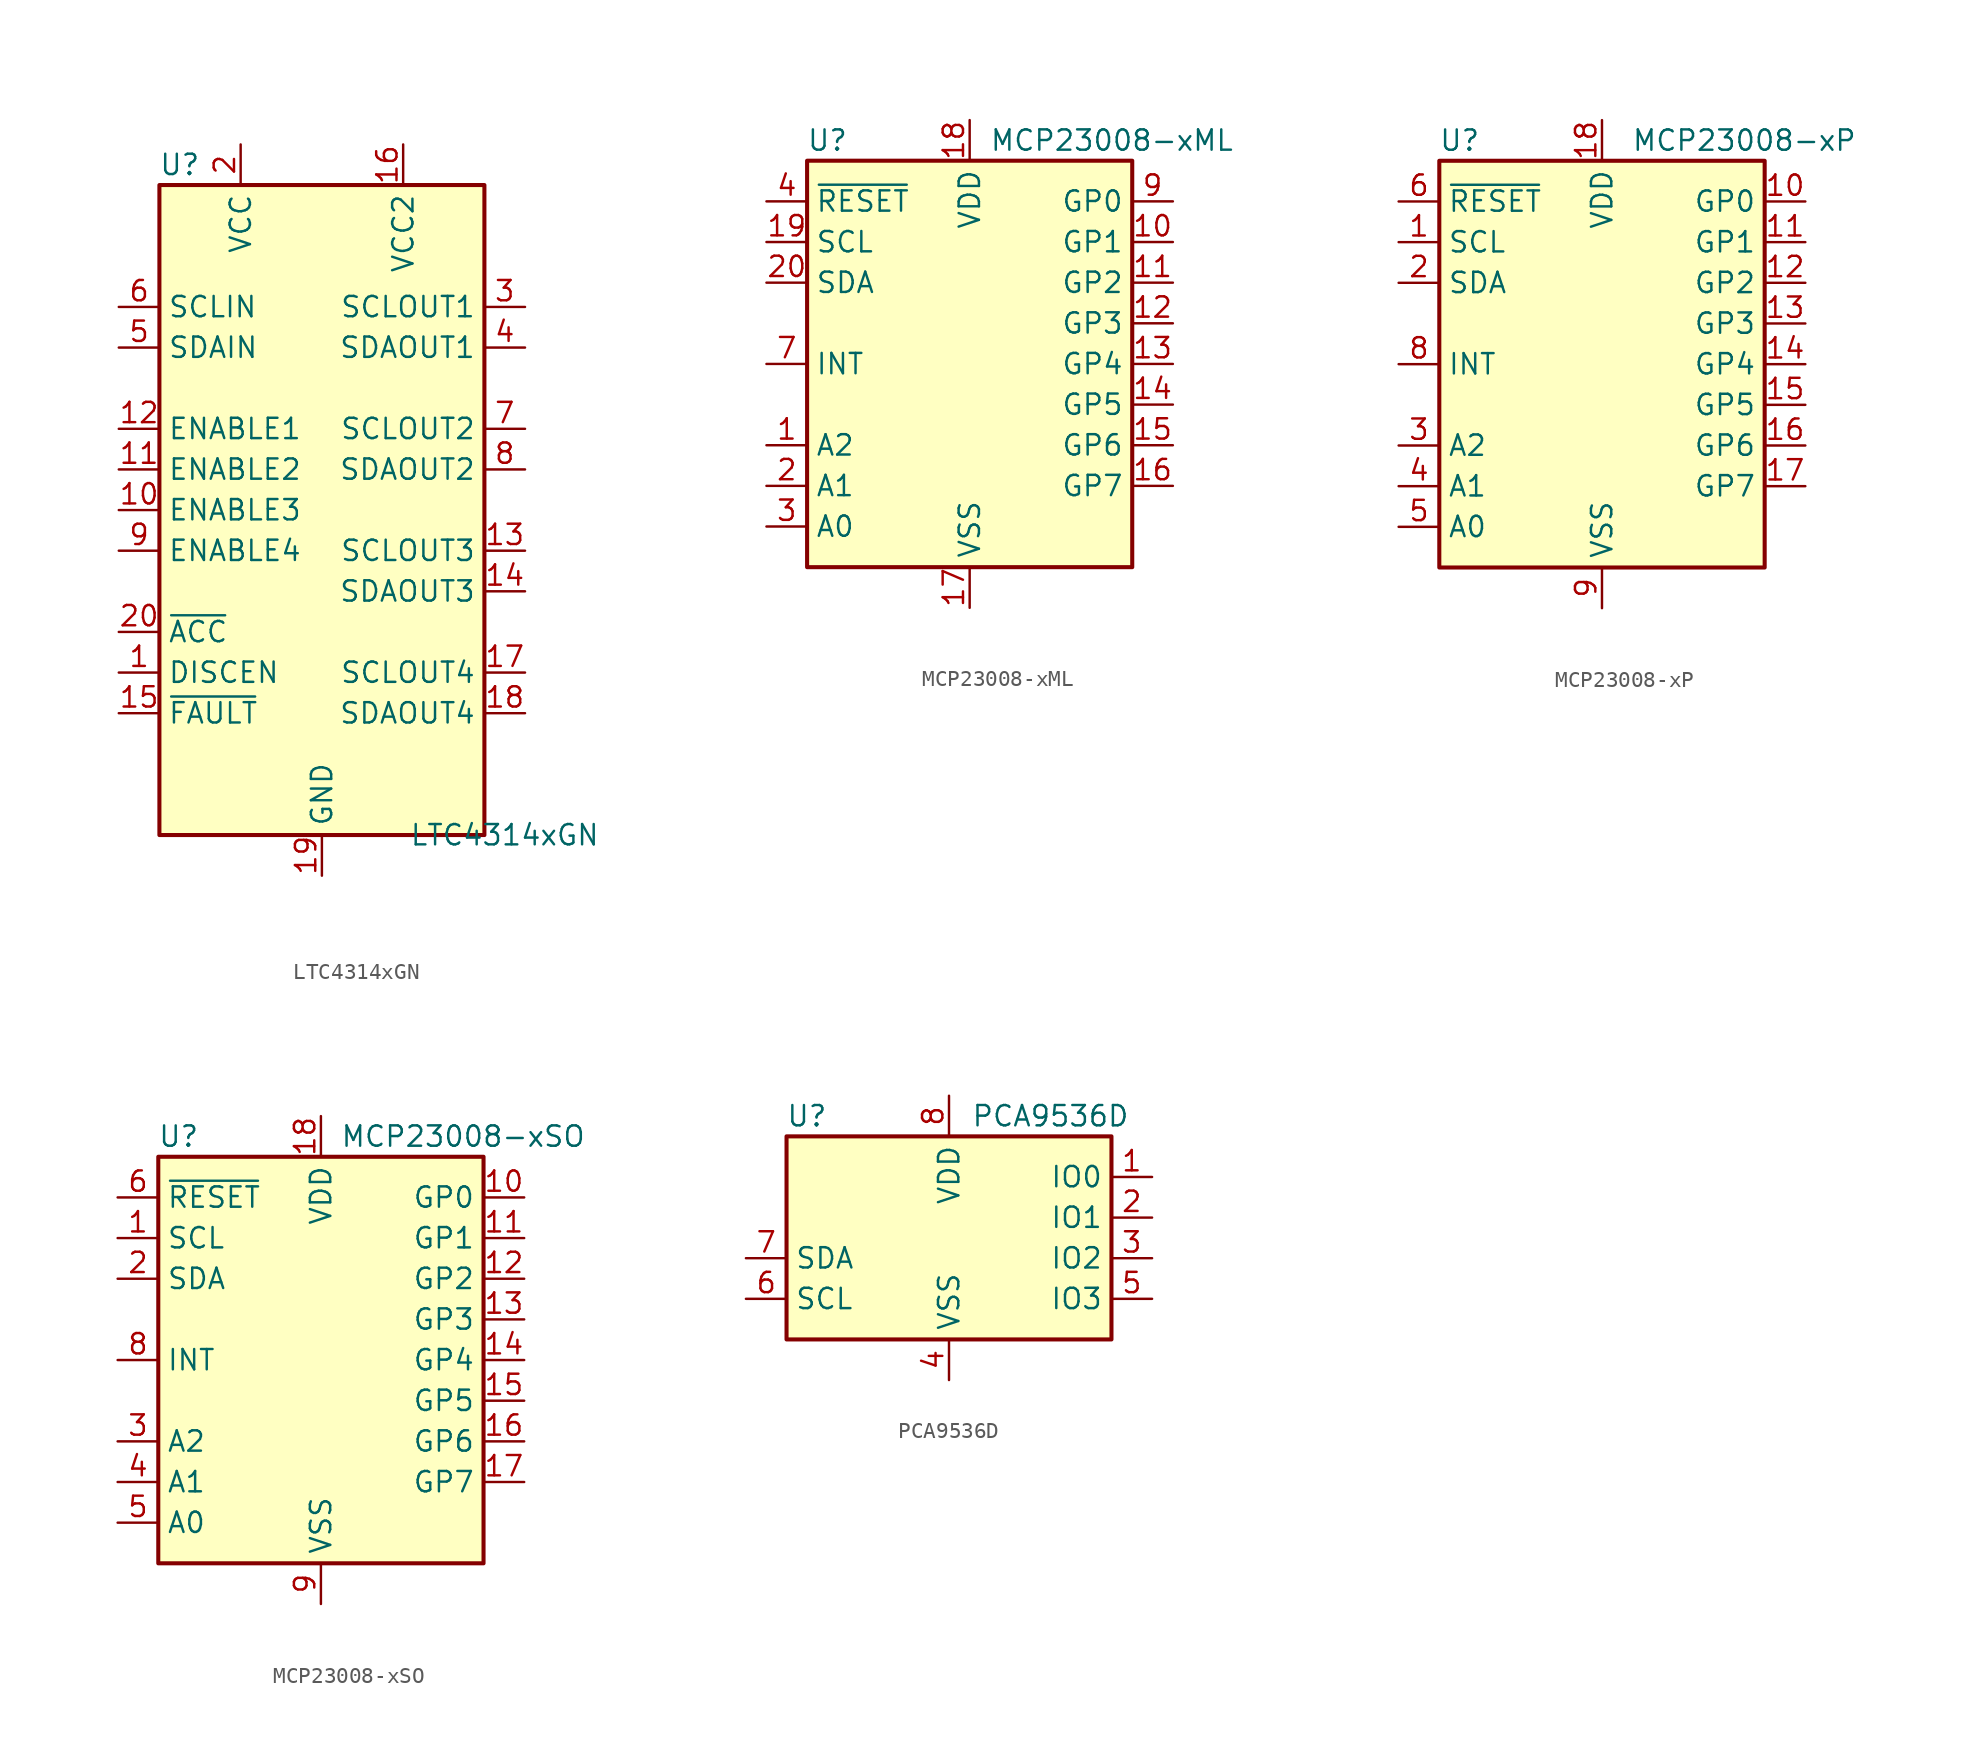
<source format=kicad_sym>
(kicad_symbol_lib
  (version 20201005)
  (generator kicad_symbol_editor)
  (symbol "LTC4314xGN"
    (property "Reference" "U"
      (at -8.89 21.59 0)
      (effects (font (size 1.27 1.27))))
    (property "Value" "LTC4314xGN"
      (at 11.43 -20.32 0)
      (effects (font (size 1.27 1.27))))
    (symbol "LTC4314xGN_0_0"
      (pin bidirectional line (at 12.7 12.7 180) (length 2.54) (name "SCLOUT1" (effects (font (size 1.27 1.27)))) (number "3" (effects (font (size 1.27 1.27))))))
    (symbol "LTC4314xGN_0_1"
      (rectangle (start -10.16 20.32) (end 10.16 -20.32) (stroke (width 0.254)) (fill (type background))))
    (symbol "LTC4314xGN_1_1"
      (pin input line (at -12.7 -10.16 0) (length 2.54) (name "DISCEN" (effects (font (size 1.27 1.27)))) (number "1" (effects (font (size 1.27 1.27)))))
      (pin input line (at -12.7 0 0) (length 2.54) (name "ENABLE3" (effects (font (size 1.27 1.27)))) (number "10" (effects (font (size 1.27 1.27)))))
      (pin input line (at -12.7 2.54 0) (length 2.54) (name "ENABLE2" (effects (font (size 1.27 1.27)))) (number "11" (effects (font (size 1.27 1.27)))))
      (pin input line (at -12.7 5.08 0) (length 2.54) (name "ENABLE1" (effects (font (size 1.27 1.27)))) (number "12" (effects (font (size 1.27 1.27)))))
      (pin bidirectional line (at 12.7 -2.54 180) (length 2.54) (name "SCLOUT3" (effects (font (size 1.27 1.27)))) (number "13" (effects (font (size 1.27 1.27)))))
      (pin bidirectional line (at 12.7 -5.08 180) (length 2.54) (name "SDAOUT3" (effects (font (size 1.27 1.27)))) (number "14" (effects (font (size 1.27 1.27)))))
      (pin open_collector line (at -12.7 -12.7 0) (length 2.54) (name "~FAULT" (effects (font (size 1.27 1.27)))) (number "15" (effects (font (size 1.27 1.27)))))
      (pin power_in line (at 5.08 22.86 270) (length 2.54) (name "VCC2" (effects (font (size 1.27 1.27)))) (number "16" (effects (font (size 1.27 1.27)))))
      (pin bidirectional line (at 12.7 -10.16 180) (length 2.54) (name "SCLOUT4" (effects (font (size 1.27 1.27)))) (number "17" (effects (font (size 1.27 1.27)))))
      (pin bidirectional line (at 12.7 -12.7 180) (length 2.54) (name "SDAOUT4" (effects (font (size 1.27 1.27)))) (number "18" (effects (font (size 1.27 1.27)))))
      (pin power_in line (at 0 -22.86 90) (length 2.54) (name "GND" (effects (font (size 1.27 1.27)))) (number "19" (effects (font (size 1.27 1.27)))))
      (pin power_in line (at -5.08 22.86 270) (length 2.54) (name "VCC" (effects (font (size 1.27 1.27)))) (number "2" (effects (font (size 1.27 1.27)))))
      (pin input line (at -12.7 -7.62 0) (length 2.54) (name "~ACC" (effects (font (size 1.27 1.27)))) (number "20" (effects (font (size 1.27 1.27)))))
      (pin bidirectional line (at 12.7 10.16 180) (length 2.54) (name "SDAOUT1" (effects (font (size 1.27 1.27)))) (number "4" (effects (font (size 1.27 1.27)))))
      (pin bidirectional line (at -12.7 10.16 0) (length 2.54) (name "SDAIN" (effects (font (size 1.27 1.27)))) (number "5" (effects (font (size 1.27 1.27)))))
      (pin bidirectional line (at -12.7 12.7 0) (length 2.54) (name "SCLIN" (effects (font (size 1.27 1.27)))) (number "6" (effects (font (size 1.27 1.27)))))
      (pin bidirectional line (at 12.7 5.08 180) (length 2.54) (name "SCLOUT2" (effects (font (size 1.27 1.27)))) (number "7" (effects (font (size 1.27 1.27)))))
      (pin bidirectional line (at 12.7 2.54 180) (length 2.54) (name "SDAOUT2" (effects (font (size 1.27 1.27)))) (number "8" (effects (font (size 1.27 1.27)))))
      (pin input line (at -12.7 -2.54 0) (length 2.54) (name "ENABLE4" (effects (font (size 1.27 1.27)))) (number "9" (effects (font (size 1.27 1.27)))))))
  (symbol "MCP23008-xML"
    (property "Reference" "U"
      (at -8.89 13.97 0)
      (effects (font (size 1.27 1.27))))
    (property "Value" "MCP23008-xML"
      (at 8.89 13.97 0)
      (effects (font (size 1.27 1.27))))
    (symbol "MCP23008-xML_0_1"
      (rectangle (start -10.16 12.7) (end 10.16 -12.7) (stroke (width 0.254)) (fill (type background))))
    (symbol "MCP23008-xML_1_1"
      (pin input line (at -12.7 -5.08 0) (length 2.54) (name "A2" (effects (font (size 1.27 1.27)))) (number "1" (effects (font (size 1.27 1.27)))))
      (pin bidirectional line (at 12.7 7.62 180) (length 2.54) (name "GP1" (effects (font (size 1.27 1.27)))) (number "10" (effects (font (size 1.27 1.27)))))
      (pin bidirectional line (at 12.7 5.08 180) (length 2.54) (name "GP2" (effects (font (size 1.27 1.27)))) (number "11" (effects (font (size 1.27 1.27)))))
      (pin bidirectional line (at 12.7 2.54 180) (length 2.54) (name "GP3" (effects (font (size 1.27 1.27)))) (number "12" (effects (font (size 1.27 1.27)))))
      (pin bidirectional line (at 12.7 0 180) (length 2.54) (name "GP4" (effects (font (size 1.27 1.27)))) (number "13" (effects (font (size 1.27 1.27)))))
      (pin bidirectional line (at 12.7 -2.54 180) (length 2.54) (name "GP5" (effects (font (size 1.27 1.27)))) (number "14" (effects (font (size 1.27 1.27)))))
      (pin bidirectional line (at 12.7 -5.08 180) (length 2.54) (name "GP6" (effects (font (size 1.27 1.27)))) (number "15" (effects (font (size 1.27 1.27)))))
      (pin bidirectional line (at 12.7 -7.62 180) (length 2.54) (name "GP7" (effects (font (size 1.27 1.27)))) (number "16" (effects (font (size 1.27 1.27)))))
      (pin power_in line (at 0 -15.24 90) (length 2.54) (name "VSS" (effects (font (size 1.27 1.27)))) (number "17" (effects (font (size 1.27 1.27)))))
      (pin power_in line (at 0 15.24 270) (length 2.54) (name "VDD" (effects (font (size 1.27 1.27)))) (number "18" (effects (font (size 1.27 1.27)))))
      (pin input line (at -12.7 7.62 0) (length 2.54) (name "SCL" (effects (font (size 1.27 1.27)))) (number "19" (effects (font (size 1.27 1.27)))))
      (pin input line (at -12.7 -7.62 0) (length 2.54) (name "A1" (effects (font (size 1.27 1.27)))) (number "2" (effects (font (size 1.27 1.27)))))
      (pin bidirectional line (at -12.7 5.08 0) (length 2.54) (name "SDA" (effects (font (size 1.27 1.27)))) (number "20" (effects (font (size 1.27 1.27)))))
      (pin input line (at -12.7 -10.16 0) (length 2.54) (name "A0" (effects (font (size 1.27 1.27)))) (number "3" (effects (font (size 1.27 1.27)))))
      (pin input line (at -12.7 10.16 0) (length 2.54) (name "~RESET" (effects (font (size 1.27 1.27)))) (number "4" (effects (font (size 1.27 1.27)))))
      (pin no_connect line (at -10.16 2.54 0) (length 2.54) hide (name "NC" (effects (font (size 1.27 1.27)))) (number "5" (effects (font (size 1.27 1.27)))))
      (pin no_connect line (at -10.16 -2.54 0) (length 2.54) hide (name "NC" (effects (font (size 1.27 1.27)))) (number "6" (effects (font (size 1.27 1.27)))))
      (pin output line (at -12.7 0 0) (length 2.54) (name "INT" (effects (font (size 1.27 1.27)))) (number "7" (effects (font (size 1.27 1.27)))))
      (pin no_connect line (at 10.16 -10.16 180) (length 2.54) hide (name "NC" (effects (font (size 1.27 1.27)))) (number "8" (effects (font (size 1.27 1.27)))))
      (pin bidirectional line (at 12.7 10.16 180) (length 2.54) (name "GP0" (effects (font (size 1.27 1.27)))) (number "9" (effects (font (size 1.27 1.27)))))))
  (symbol "MCP23008-xP"
    (property "Reference" "U"
      (at -8.89 13.97 0)
      (effects (font (size 1.27 1.27))))
    (property "Value" "MCP23008-xP"
      (at 8.89 13.97 0)
      (effects (font (size 1.27 1.27))))
    (symbol "MCP23008-xP_0_1"
      (rectangle (start -10.16 12.7) (end 10.16 -12.7) (stroke (width 0.254)) (fill (type background))))
    (symbol "MCP23008-xP_1_1"
      (pin input line (at -12.7 7.62 0) (length 2.54) (name "SCL" (effects (font (size 1.27 1.27)))) (number "1" (effects (font (size 1.27 1.27)))))
      (pin bidirectional line (at 12.7 10.16 180) (length 2.54) (name "GP0" (effects (font (size 1.27 1.27)))) (number "10" (effects (font (size 1.27 1.27)))))
      (pin bidirectional line (at 12.7 7.62 180) (length 2.54) (name "GP1" (effects (font (size 1.27 1.27)))) (number "11" (effects (font (size 1.27 1.27)))))
      (pin bidirectional line (at 12.7 5.08 180) (length 2.54) (name "GP2" (effects (font (size 1.27 1.27)))) (number "12" (effects (font (size 1.27 1.27)))))
      (pin bidirectional line (at 12.7 2.54 180) (length 2.54) (name "GP3" (effects (font (size 1.27 1.27)))) (number "13" (effects (font (size 1.27 1.27)))))
      (pin bidirectional line (at 12.7 0 180) (length 2.54) (name "GP4" (effects (font (size 1.27 1.27)))) (number "14" (effects (font (size 1.27 1.27)))))
      (pin bidirectional line (at 12.7 -2.54 180) (length 2.54) (name "GP5" (effects (font (size 1.27 1.27)))) (number "15" (effects (font (size 1.27 1.27)))))
      (pin bidirectional line (at 12.7 -5.08 180) (length 2.54) (name "GP6" (effects (font (size 1.27 1.27)))) (number "16" (effects (font (size 1.27 1.27)))))
      (pin bidirectional line (at 12.7 -7.62 180) (length 2.54) (name "GP7" (effects (font (size 1.27 1.27)))) (number "17" (effects (font (size 1.27 1.27)))))
      (pin power_in line (at 0 15.24 270) (length 2.54) (name "VDD" (effects (font (size 1.27 1.27)))) (number "18" (effects (font (size 1.27 1.27)))))
      (pin bidirectional line (at -12.7 5.08 0) (length 2.54) (name "SDA" (effects (font (size 1.27 1.27)))) (number "2" (effects (font (size 1.27 1.27)))))
      (pin input line (at -12.7 -5.08 0) (length 2.54) (name "A2" (effects (font (size 1.27 1.27)))) (number "3" (effects (font (size 1.27 1.27)))))
      (pin input line (at -12.7 -7.62 0) (length 2.54) (name "A1" (effects (font (size 1.27 1.27)))) (number "4" (effects (font (size 1.27 1.27)))))
      (pin input line (at -12.7 -10.16 0) (length 2.54) (name "A0" (effects (font (size 1.27 1.27)))) (number "5" (effects (font (size 1.27 1.27)))))
      (pin input line (at -12.7 10.16 0) (length 2.54) (name "~RESET" (effects (font (size 1.27 1.27)))) (number "6" (effects (font (size 1.27 1.27)))))
      (pin no_connect line (at -10.16 -2.54 0) (length 2.54) hide (name "NC" (effects (font (size 1.27 1.27)))) (number "7" (effects (font (size 1.27 1.27)))))
      (pin output line (at -12.7 0 0) (length 2.54) (name "INT" (effects (font (size 1.27 1.27)))) (number "8" (effects (font (size 1.27 1.27)))))
      (pin power_in line (at 0 -15.24 90) (length 2.54) (name "VSS" (effects (font (size 1.27 1.27)))) (number "9" (effects (font (size 1.27 1.27)))))))
  (symbol "MCP23008-xSO"
    (property "Reference" "U"
      (at -8.89 13.97 0)
      (effects (font (size 1.27 1.27))))
    (property "Value" "MCP23008-xSO"
      (at 8.89 13.97 0)
      (effects (font (size 1.27 1.27))))
    (symbol "MCP23008-xSO_0_1"
      (rectangle (start -10.16 12.7) (end 10.16 -12.7) (stroke (width 0.254)) (fill (type background))))
    (symbol "MCP23008-xSO_1_1"
      (pin input line (at -12.7 7.62 0) (length 2.54) (name "SCL" (effects (font (size 1.27 1.27)))) (number "1" (effects (font (size 1.27 1.27)))))
      (pin bidirectional line (at 12.7 10.16 180) (length 2.54) (name "GP0" (effects (font (size 1.27 1.27)))) (number "10" (effects (font (size 1.27 1.27)))))
      (pin bidirectional line (at 12.7 7.62 180) (length 2.54) (name "GP1" (effects (font (size 1.27 1.27)))) (number "11" (effects (font (size 1.27 1.27)))))
      (pin bidirectional line (at 12.7 5.08 180) (length 2.54) (name "GP2" (effects (font (size 1.27 1.27)))) (number "12" (effects (font (size 1.27 1.27)))))
      (pin bidirectional line (at 12.7 2.54 180) (length 2.54) (name "GP3" (effects (font (size 1.27 1.27)))) (number "13" (effects (font (size 1.27 1.27)))))
      (pin bidirectional line (at 12.7 0 180) (length 2.54) (name "GP4" (effects (font (size 1.27 1.27)))) (number "14" (effects (font (size 1.27 1.27)))))
      (pin bidirectional line (at 12.7 -2.54 180) (length 2.54) (name "GP5" (effects (font (size 1.27 1.27)))) (number "15" (effects (font (size 1.27 1.27)))))
      (pin bidirectional line (at 12.7 -5.08 180) (length 2.54) (name "GP6" (effects (font (size 1.27 1.27)))) (number "16" (effects (font (size 1.27 1.27)))))
      (pin bidirectional line (at 12.7 -7.62 180) (length 2.54) (name "GP7" (effects (font (size 1.27 1.27)))) (number "17" (effects (font (size 1.27 1.27)))))
      (pin power_in line (at 0 15.24 270) (length 2.54) (name "VDD" (effects (font (size 1.27 1.27)))) (number "18" (effects (font (size 1.27 1.27)))))
      (pin bidirectional line (at -12.7 5.08 0) (length 2.54) (name "SDA" (effects (font (size 1.27 1.27)))) (number "2" (effects (font (size 1.27 1.27)))))
      (pin input line (at -12.7 -5.08 0) (length 2.54) (name "A2" (effects (font (size 1.27 1.27)))) (number "3" (effects (font (size 1.27 1.27)))))
      (pin input line (at -12.7 -7.62 0) (length 2.54) (name "A1" (effects (font (size 1.27 1.27)))) (number "4" (effects (font (size 1.27 1.27)))))
      (pin input line (at -12.7 -10.16 0) (length 2.54) (name "A0" (effects (font (size 1.27 1.27)))) (number "5" (effects (font (size 1.27 1.27)))))
      (pin input line (at -12.7 10.16 0) (length 2.54) (name "~RESET" (effects (font (size 1.27 1.27)))) (number "6" (effects (font (size 1.27 1.27)))))
      (pin no_connect line (at -10.16 -2.54 0) (length 2.54) hide (name "NC" (effects (font (size 1.27 1.27)))) (number "7" (effects (font (size 1.27 1.27)))))
      (pin output line (at -12.7 0 0) (length 2.54) (name "INT" (effects (font (size 1.27 1.27)))) (number "8" (effects (font (size 1.27 1.27)))))
      (pin power_in line (at 0 -15.24 90) (length 2.54) (name "VSS" (effects (font (size 1.27 1.27)))) (number "9" (effects (font (size 1.27 1.27)))))))
  (symbol "PCA9536D"
    (property "Reference" "U"
      (at -8.89 6.35 0)
      (effects (font (size 1.27 1.27))))
    (property "Value" "PCA9536D"
      (at 6.35 6.35 0)
      (effects (font (size 1.27 1.27))))
    (symbol "PCA9536D_0_1"
      (rectangle (start -10.16 5.08) (end 10.16 -7.62) (stroke (width 0.254)) (fill (type background))))
    (symbol "PCA9536D_1_1"
      (pin bidirectional line (at 12.7 2.54 180) (length 2.54) (name "IO0" (effects (font (size 1.27 1.27)))) (number "1" (effects (font (size 1.27 1.27)))))
      (pin bidirectional line (at 12.7 0 180) (length 2.54) (name "IO1" (effects (font (size 1.27 1.27)))) (number "2" (effects (font (size 1.27 1.27)))))
      (pin bidirectional line (at 12.7 -2.54 180) (length 2.54) (name "IO2" (effects (font (size 1.27 1.27)))) (number "3" (effects (font (size 1.27 1.27)))))
      (pin power_in line (at 0 -10.16 90) (length 2.54) (name "VSS" (effects (font (size 1.27 1.27)))) (number "4" (effects (font (size 1.27 1.27)))))
      (pin bidirectional line (at 12.7 -5.08 180) (length 2.54) (name "IO3" (effects (font (size 1.27 1.27)))) (number "5" (effects (font (size 1.27 1.27)))))
      (pin input line (at -12.7 -5.08 0) (length 2.54) (name "SCL" (effects (font (size 1.27 1.27)))) (number "6" (effects (font (size 1.27 1.27)))))
      (pin bidirectional line (at -12.7 -2.54 0) (length 2.54) (name "SDA" (effects (font (size 1.27 1.27)))) (number "7" (effects (font (size 1.27 1.27)))))
      (pin power_in line (at 0 7.62 270) (length 2.54) (name "VDD" (effects (font (size 1.27 1.27)))) (number "8" (effects (font (size 1.27 1.27))))))))
</source>
